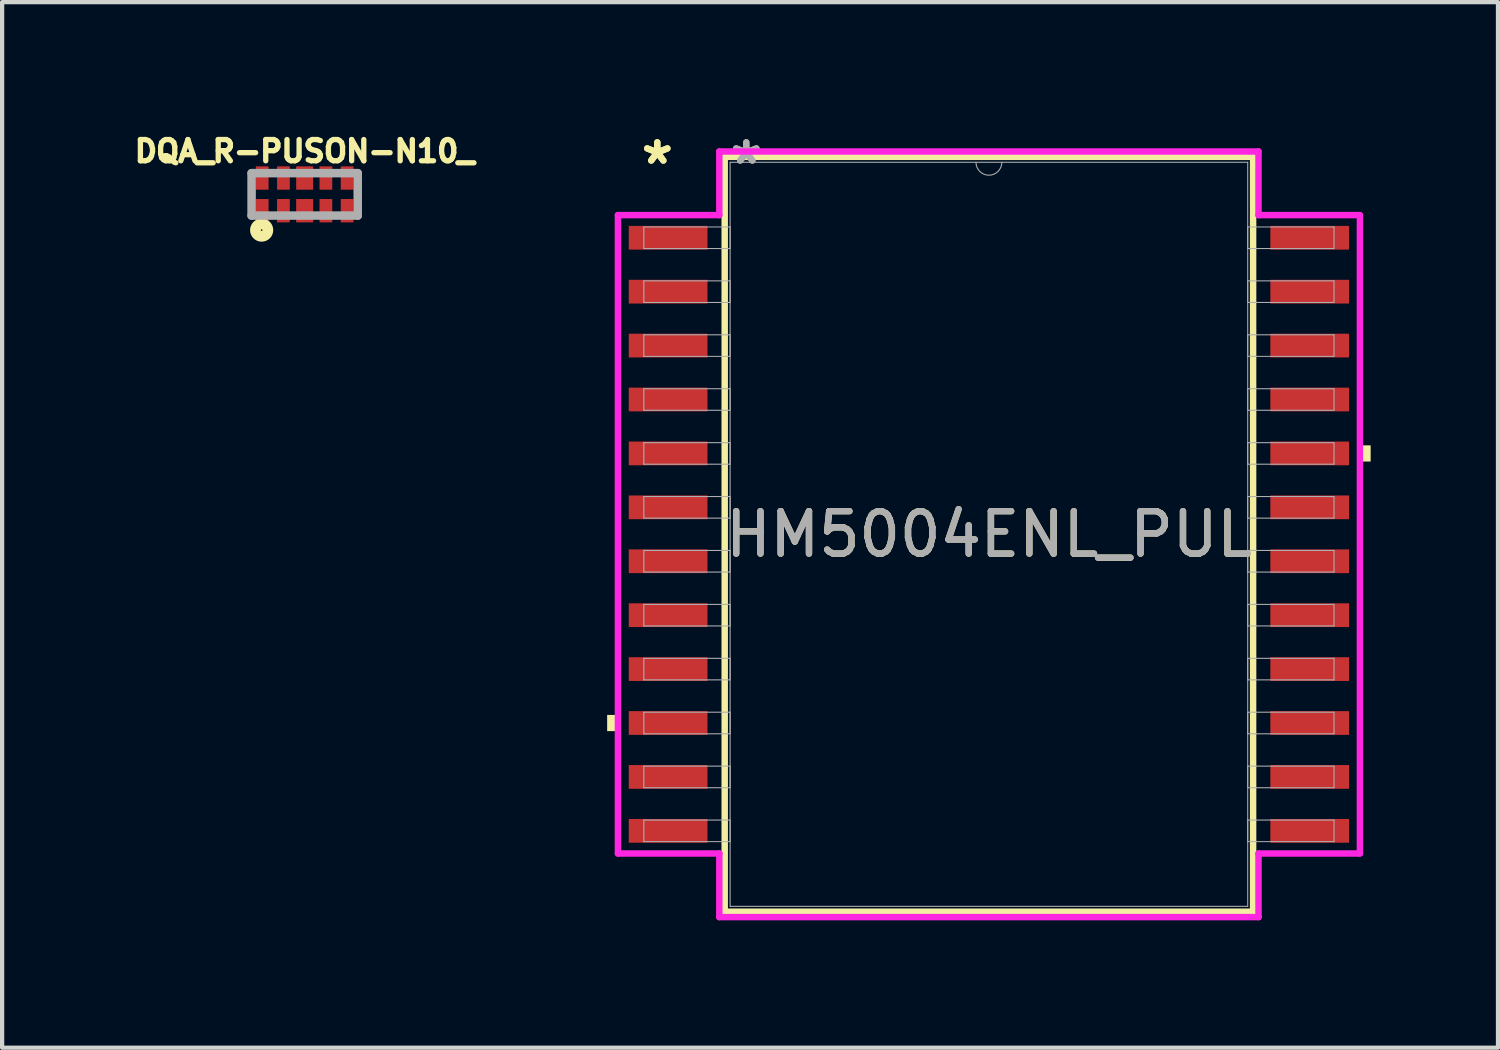
<source format=kicad_pcb>
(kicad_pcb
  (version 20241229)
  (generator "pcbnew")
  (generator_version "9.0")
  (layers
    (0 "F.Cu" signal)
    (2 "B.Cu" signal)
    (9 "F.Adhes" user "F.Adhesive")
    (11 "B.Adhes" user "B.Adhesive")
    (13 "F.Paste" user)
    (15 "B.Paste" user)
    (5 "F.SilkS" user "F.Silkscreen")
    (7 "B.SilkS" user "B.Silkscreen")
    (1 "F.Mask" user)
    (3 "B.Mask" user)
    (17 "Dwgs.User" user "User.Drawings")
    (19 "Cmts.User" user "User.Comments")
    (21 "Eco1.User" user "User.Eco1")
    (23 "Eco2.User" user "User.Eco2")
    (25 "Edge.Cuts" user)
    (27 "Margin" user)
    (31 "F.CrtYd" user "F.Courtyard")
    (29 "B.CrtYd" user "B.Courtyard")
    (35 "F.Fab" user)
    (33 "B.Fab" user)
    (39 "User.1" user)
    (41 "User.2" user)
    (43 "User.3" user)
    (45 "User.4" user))
  (footprint "DQA_R-PUSON-N10_"
    (layer "F.Cu")
    (at 4.126 1.528)
    (property "Reference" "DQA_R-PUSON-N10_" (at 0 -1.016 0) (layer "F.SilkS") (effects (font (size 0.5 0.5) (thickness 0.125))))
    (attr smd)
    (fp_circle (center -1.013 0.842) (end -1.013 0.861) (stroke (width 0.254) (type solid)) (fill no) (layer "F.SilkS"))
    (fp_line (start -1.25 -0.5) (end 1.25 -0.5) (stroke (width 0.2) (type solid)) (layer "F.Fab"))
    (fp_line (start -1.25 0.5) (end -1.25 -0.5) (stroke (width 0.2) (type solid)) (layer "F.Fab"))
    (fp_line (start 1.25 -0.5) (end 1.25 0.5) (stroke (width 0.2) (type solid)) (layer "F.Fab"))
    (fp_line (start 1.25 0.5) (end -1.25 0.5) (stroke (width 0.2) (type solid)) (layer "F.Fab"))
    (pad "1" smd rect (at -1 0.385) (size 0.3 0.55) (layers "F.Cu" "F.Mask" "F.Paste"))
    (pad "2" smd rect (at -0.5 0.385) (size 0.3 0.55) (layers "F.Cu" "F.Mask" "F.Paste"))
    (pad "3" smd rect (at 0 0.385) (size 0.4 0.55) (layers "F.Cu" "F.Mask" "F.Paste"))
    (pad "4" smd rect (at 0.5 0.385) (size 0.3 0.55) (layers "F.Cu" "F.Mask" "F.Paste"))
    (pad "5" smd rect (at 1 0.385) (size 0.3 0.55) (layers "F.Cu" "F.Mask" "F.Paste"))
    (pad "6" smd rect (at 1 -0.385) (size 0.3 0.55) (layers "F.Cu" "F.Mask" "F.Paste"))
    (pad "7" smd rect (at 0.5 -0.385) (size 0.3 0.55) (layers "F.Cu" "F.Mask" "F.Paste"))
    (pad "8" smd rect (at 0 -0.385) (size 0.4 0.55) (layers "F.Cu" "F.Mask" "F.Paste"))
    (pad "9" smd rect (at -0.5 -0.385) (size 0.3 0.55) (layers "F.Cu" "F.Mask" "F.Paste"))
    (pad "10" smd rect (at -1 -0.385) (size 0.3 0.55) (layers "F.Cu" "F.Mask" "F.Paste")))
  (footprint "HM5004ENL_PUL"
    (layer "F.Cu")
    (at 20.243 9.535)
    (property "Reference" "HM5004ENL_PUL" (at 0 0 0) (unlocked yes) (layer "F.SilkS") (effects (font (size 1 1) (thickness 0.15))))
    (attr smd)
    (fp_line (start -6.223 -8.89) (end -6.223 8.89) (stroke (width 0.152) (type solid)) (layer "F.SilkS"))
    (fp_line (start -6.223 8.89) (end 6.223 8.89) (stroke (width 0.152) (type solid)) (layer "F.SilkS"))
    (fp_line (start 6.223 -8.89) (end -6.223 -8.89) (stroke (width 0.152) (type solid)) (layer "F.SilkS"))
    (fp_line (start 6.223 8.89) (end 6.223 -8.89) (stroke (width 0.152) (type solid)) (layer "F.SilkS"))
    (fp_poly (pts (xy -8.992 4.255) (xy -8.992 4.636) (xy -8.738 4.636) (xy -8.738 4.255)) (stroke (width 0) (type solid)) (fill yes) (layer "F.SilkS"))
    (fp_poly (pts (xy 8.992 -2.095) (xy 8.992 -1.714) (xy 8.738 -1.714) (xy 8.738 -2.095)) (stroke (width 0) (type solid)) (fill yes) (layer "F.SilkS"))
    (fp_line (start -8.738 -7.518) (end -6.35 -7.518) (stroke (width 0.152) (type solid)) (layer "F.CrtYd"))
    (fp_line (start -8.738 7.518) (end -8.738 -7.518) (stroke (width 0.152) (type solid)) (layer "F.CrtYd"))
    (fp_line (start -8.738 7.518) (end -6.35 7.518) (stroke (width 0.152) (type solid)) (layer "F.CrtYd"))
    (fp_line (start -6.35 -9.017) (end 6.35 -9.017) (stroke (width 0.152) (type solid)) (layer "F.CrtYd"))
    (fp_line (start -6.35 -7.518) (end -6.35 -9.017) (stroke (width 0.152) (type solid)) (layer "F.CrtYd"))
    (fp_line (start -6.35 9.017) (end -6.35 7.518) (stroke (width 0.152) (type solid)) (layer "F.CrtYd"))
    (fp_line (start 6.35 -9.017) (end 6.35 -7.518) (stroke (width 0.152) (type solid)) (layer "F.CrtYd"))
    (fp_line (start 6.35 7.518) (end 6.35 9.017) (stroke (width 0.152) (type solid)) (layer "F.CrtYd"))
    (fp_line (start 6.35 9.017) (end -6.35 9.017) (stroke (width 0.152) (type solid)) (layer "F.CrtYd"))
    (fp_line (start 8.738 -7.518) (end 6.35 -7.518) (stroke (width 0.152) (type solid)) (layer "F.CrtYd"))
    (fp_line (start 8.738 -7.518) (end 8.738 7.518) (stroke (width 0.152) (type solid)) (layer "F.CrtYd"))
    (fp_line (start 8.738 7.518) (end 6.35 7.518) (stroke (width 0.152) (type solid)) (layer "F.CrtYd"))
    (fp_line (start -8.128 -7.239) (end -8.128 -6.731) (stroke (width 0.025) (type solid)) (layer "F.Fab"))
    (fp_line (start -8.128 -6.731) (end -6.096 -6.731) (stroke (width 0.025) (type solid)) (layer "F.Fab"))
    (fp_line (start -8.128 -5.969) (end -8.128 -5.461) (stroke (width 0.025) (type solid)) (layer "F.Fab"))
    (fp_line (start -8.128 -5.461) (end -6.096 -5.461) (stroke (width 0.025) (type solid)) (layer "F.Fab"))
    (fp_line (start -8.128 -4.699) (end -8.128 -4.191) (stroke (width 0.025) (type solid)) (layer "F.Fab"))
    (fp_line (start -8.128 -4.191) (end -6.096 -4.191) (stroke (width 0.025) (type solid)) (layer "F.Fab"))
    (fp_line (start -8.128 -3.429) (end -8.128 -2.921) (stroke (width 0.025) (type solid)) (layer "F.Fab"))
    (fp_line (start -8.128 -2.921) (end -6.096 -2.921) (stroke (width 0.025) (type solid)) (layer "F.Fab"))
    (fp_line (start -8.128 -2.159) (end -8.128 -1.651) (stroke (width 0.025) (type solid)) (layer "F.Fab"))
    (fp_line (start -8.128 -1.651) (end -6.096 -1.651) (stroke (width 0.025) (type solid)) (layer "F.Fab"))
    (fp_line (start -8.128 -0.889) (end -8.128 -0.381) (stroke (width 0.025) (type solid)) (layer "F.Fab"))
    (fp_line (start -8.128 -0.381) (end -6.096 -0.381) (stroke (width 0.025) (type solid)) (layer "F.Fab"))
    (fp_line (start -8.128 0.381) (end -8.128 0.889) (stroke (width 0.025) (type solid)) (layer "F.Fab"))
    (fp_line (start -8.128 0.889) (end -6.096 0.889) (stroke (width 0.025) (type solid)) (layer "F.Fab"))
    (fp_line (start -8.128 1.651) (end -8.128 2.159) (stroke (width 0.025) (type solid)) (layer "F.Fab"))
    (fp_line (start -8.128 2.159) (end -6.096 2.159) (stroke (width 0.025) (type solid)) (layer "F.Fab"))
    (fp_line (start -8.128 2.921) (end -8.128 3.429) (stroke (width 0.025) (type solid)) (layer "F.Fab"))
    (fp_line (start -8.128 3.429) (end -6.096 3.429) (stroke (width 0.025) (type solid)) (layer "F.Fab"))
    (fp_line (start -8.128 4.191) (end -8.128 4.699) (stroke (width 0.025) (type solid)) (layer "F.Fab"))
    (fp_line (start -8.128 4.699) (end -6.096 4.699) (stroke (width 0.025) (type solid)) (layer "F.Fab"))
    (fp_line (start -8.128 5.461) (end -8.128 5.969) (stroke (width 0.025) (type solid)) (layer "F.Fab"))
    (fp_line (start -8.128 5.969) (end -6.096 5.969) (stroke (width 0.025) (type solid)) (layer "F.Fab"))
    (fp_line (start -8.128 6.731) (end -8.128 7.239) (stroke (width 0.025) (type solid)) (layer "F.Fab"))
    (fp_line (start -8.128 7.239) (end -6.096 7.239) (stroke (width 0.025) (type solid)) (layer "F.Fab"))
    (fp_line (start -6.096 -8.763) (end -6.096 8.763) (stroke (width 0.025) (type solid)) (layer "F.Fab"))
    (fp_line (start -6.096 -7.239) (end -8.128 -7.239) (stroke (width 0.025) (type solid)) (layer "F.Fab"))
    (fp_line (start -6.096 -6.731) (end -6.096 -7.239) (stroke (width 0.025) (type solid)) (layer "F.Fab"))
    (fp_line (start -6.096 -5.969) (end -8.128 -5.969) (stroke (width 0.025) (type solid)) (layer "F.Fab"))
    (fp_line (start -6.096 -5.461) (end -6.096 -5.969) (stroke (width 0.025) (type solid)) (layer "F.Fab"))
    (fp_line (start -6.096 -4.699) (end -8.128 -4.699) (stroke (width 0.025) (type solid)) (layer "F.Fab"))
    (fp_line (start -6.096 -4.191) (end -6.096 -4.699) (stroke (width 0.025) (type solid)) (layer "F.Fab"))
    (fp_line (start -6.096 -3.429) (end -8.128 -3.429) (stroke (width 0.025) (type solid)) (layer "F.Fab"))
    (fp_line (start -6.096 -2.921) (end -6.096 -3.429) (stroke (width 0.025) (type solid)) (layer "F.Fab"))
    (fp_line (start -6.096 -2.159) (end -8.128 -2.159) (stroke (width 0.025) (type solid)) (layer "F.Fab"))
    (fp_line (start -6.096 -1.651) (end -6.096 -2.159) (stroke (width 0.025) (type solid)) (layer "F.Fab"))
    (fp_line (start -6.096 -0.889) (end -8.128 -0.889) (stroke (width 0.025) (type solid)) (layer "F.Fab"))
    (fp_line (start -6.096 -0.381) (end -6.096 -0.889) (stroke (width 0.025) (type solid)) (layer "F.Fab"))
    (fp_line (start -6.096 0.381) (end -8.128 0.381) (stroke (width 0.025) (type solid)) (layer "F.Fab"))
    (fp_line (start -6.096 0.889) (end -6.096 0.381) (stroke (width 0.025) (type solid)) (layer "F.Fab"))
    (fp_line (start -6.096 1.651) (end -8.128 1.651) (stroke (width 0.025) (type solid)) (layer "F.Fab"))
    (fp_line (start -6.096 2.159) (end -6.096 1.651) (stroke (width 0.025) (type solid)) (layer "F.Fab"))
    (fp_line (start -6.096 2.921) (end -8.128 2.921) (stroke (width 0.025) (type solid)) (layer "F.Fab"))
    (fp_line (start -6.096 3.429) (end -6.096 2.921) (stroke (width 0.025) (type solid)) (layer "F.Fab"))
    (fp_line (start -6.096 4.191) (end -8.128 4.191) (stroke (width 0.025) (type solid)) (layer "F.Fab"))
    (fp_line (start -6.096 4.699) (end -6.096 4.191) (stroke (width 0.025) (type solid)) (layer "F.Fab"))
    (fp_line (start -6.096 5.461) (end -8.128 5.461) (stroke (width 0.025) (type solid)) (layer "F.Fab"))
    (fp_line (start -6.096 5.969) (end -6.096 5.461) (stroke (width 0.025) (type solid)) (layer "F.Fab"))
    (fp_line (start -6.096 6.731) (end -8.128 6.731) (stroke (width 0.025) (type solid)) (layer "F.Fab"))
    (fp_line (start -6.096 7.239) (end -6.096 6.731) (stroke (width 0.025) (type solid)) (layer "F.Fab"))
    (fp_line (start -6.096 8.763) (end 6.096 8.763) (stroke (width 0.025) (type solid)) (layer "F.Fab"))
    (fp_line (start 6.096 -8.763) (end -6.096 -8.763) (stroke (width 0.025) (type solid)) (layer "F.Fab"))
    (fp_line (start 6.096 -7.239) (end 6.096 -6.731) (stroke (width 0.025) (type solid)) (layer "F.Fab"))
    (fp_line (start 6.096 -6.731) (end 8.128 -6.731) (stroke (width 0.025) (type solid)) (layer "F.Fab"))
    (fp_line (start 6.096 -5.969) (end 6.096 -5.461) (stroke (width 0.025) (type solid)) (layer "F.Fab"))
    (fp_line (start 6.096 -5.461) (end 8.128 -5.461) (stroke (width 0.025) (type solid)) (layer "F.Fab"))
    (fp_line (start 6.096 -4.699) (end 6.096 -4.191) (stroke (width 0.025) (type solid)) (layer "F.Fab"))
    (fp_line (start 6.096 -4.191) (end 8.128 -4.191) (stroke (width 0.025) (type solid)) (layer "F.Fab"))
    (fp_line (start 6.096 -3.429) (end 6.096 -2.921) (stroke (width 0.025) (type solid)) (layer "F.Fab"))
    (fp_line (start 6.096 -2.921) (end 8.128 -2.921) (stroke (width 0.025) (type solid)) (layer "F.Fab"))
    (fp_line (start 6.096 -2.159) (end 6.096 -1.651) (stroke (width 0.025) (type solid)) (layer "F.Fab"))
    (fp_line (start 6.096 -1.651) (end 8.128 -1.651) (stroke (width 0.025) (type solid)) (layer "F.Fab"))
    (fp_line (start 6.096 -0.889) (end 6.096 -0.381) (stroke (width 0.025) (type solid)) (layer "F.Fab"))
    (fp_line (start 6.096 -0.381) (end 8.128 -0.381) (stroke (width 0.025) (type solid)) (layer "F.Fab"))
    (fp_line (start 6.096 0.381) (end 6.096 0.889) (stroke (width 0.025) (type solid)) (layer "F.Fab"))
    (fp_line (start 6.096 0.889) (end 8.128 0.889) (stroke (width 0.025) (type solid)) (layer "F.Fab"))
    (fp_line (start 6.096 1.651) (end 6.096 2.159) (stroke (width 0.025) (type solid)) (layer "F.Fab"))
    (fp_line (start 6.096 2.159) (end 8.128 2.159) (stroke (width 0.025) (type solid)) (layer "F.Fab"))
    (fp_line (start 6.096 2.921) (end 6.096 3.429) (stroke (width 0.025) (type solid)) (layer "F.Fab"))
    (fp_line (start 6.096 3.429) (end 8.128 3.429) (stroke (width 0.025) (type solid)) (layer "F.Fab"))
    (fp_line (start 6.096 4.191) (end 6.096 4.699) (stroke (width 0.025) (type solid)) (layer "F.Fab"))
    (fp_line (start 6.096 4.699) (end 8.128 4.699) (stroke (width 0.025) (type solid)) (layer "F.Fab"))
    (fp_line (start 6.096 5.461) (end 6.096 5.969) (stroke (width 0.025) (type solid)) (layer "F.Fab"))
    (fp_line (start 6.096 5.969) (end 8.128 5.969) (stroke (width 0.025) (type solid)) (layer "F.Fab"))
    (fp_line (start 6.096 6.731) (end 6.096 7.239) (stroke (width 0.025) (type solid)) (layer "F.Fab"))
    (fp_line (start 6.096 7.239) (end 8.128 7.239) (stroke (width 0.025) (type solid)) (layer "F.Fab"))
    (fp_line (start 6.096 8.763) (end 6.096 -8.763) (stroke (width 0.025) (type solid)) (layer "F.Fab"))
    (fp_line (start 8.128 -7.239) (end 6.096 -7.239) (stroke (width 0.025) (type solid)) (layer "F.Fab"))
    (fp_line (start 8.128 -6.731) (end 8.128 -7.239) (stroke (width 0.025) (type solid)) (layer "F.Fab"))
    (fp_line (start 8.128 -5.969) (end 6.096 -5.969) (stroke (width 0.025) (type solid)) (layer "F.Fab"))
    (fp_line (start 8.128 -5.461) (end 8.128 -5.969) (stroke (width 0.025) (type solid)) (layer "F.Fab"))
    (fp_line (start 8.128 -4.699) (end 6.096 -4.699) (stroke (width 0.025) (type solid)) (layer "F.Fab"))
    (fp_line (start 8.128 -4.191) (end 8.128 -4.699) (stroke (width 0.025) (type solid)) (layer "F.Fab"))
    (fp_line (start 8.128 -3.429) (end 6.096 -3.429) (stroke (width 0.025) (type solid)) (layer "F.Fab"))
    (fp_line (start 8.128 -2.921) (end 8.128 -3.429) (stroke (width 0.025) (type solid)) (layer "F.Fab"))
    (fp_line (start 8.128 -2.159) (end 6.096 -2.159) (stroke (width 0.025) (type solid)) (layer "F.Fab"))
    (fp_line (start 8.128 -1.651) (end 8.128 -2.159) (stroke (width 0.025) (type solid)) (layer "F.Fab"))
    (fp_line (start 8.128 -0.889) (end 6.096 -0.889) (stroke (width 0.025) (type solid)) (layer "F.Fab"))
    (fp_line (start 8.128 -0.381) (end 8.128 -0.889) (stroke (width 0.025) (type solid)) (layer "F.Fab"))
    (fp_line (start 8.128 0.381) (end 6.096 0.381) (stroke (width 0.025) (type solid)) (layer "F.Fab"))
    (fp_line (start 8.128 0.889) (end 8.128 0.381) (stroke (width 0.025) (type solid)) (layer "F.Fab"))
    (fp_line (start 8.128 1.651) (end 6.096 1.651) (stroke (width 0.025) (type solid)) (layer "F.Fab"))
    (fp_line (start 8.128 2.159) (end 8.128 1.651) (stroke (width 0.025) (type solid)) (layer "F.Fab"))
    (fp_line (start 8.128 2.921) (end 6.096 2.921) (stroke (width 0.025) (type solid)) (layer "F.Fab"))
    (fp_line (start 8.128 3.429) (end 8.128 2.921) (stroke (width 0.025) (type solid)) (layer "F.Fab"))
    (fp_line (start 8.128 4.191) (end 6.096 4.191) (stroke (width 0.025) (type solid)) (layer "F.Fab"))
    (fp_line (start 8.128 4.699) (end 8.128 4.191) (stroke (width 0.025) (type solid)) (layer "F.Fab"))
    (fp_line (start 8.128 5.461) (end 6.096 5.461) (stroke (width 0.025) (type solid)) (layer "F.Fab"))
    (fp_line (start 8.128 5.969) (end 8.128 5.461) (stroke (width 0.025) (type solid)) (layer "F.Fab"))
    (fp_line (start 8.128 6.731) (end 6.096 6.731) (stroke (width 0.025) (type solid)) (layer "F.Fab"))
    (fp_line (start 8.128 7.239) (end 8.128 6.731) (stroke (width 0.025) (type solid)) (layer "F.Fab"))
    (fp_arc (start 0.3048 -8.763) (mid 0 -8.4582) (end -0.3048 -8.763) (stroke (width 0.0254) (type solid)) (layer "F.Fab"))
    (fp_text user "*" (at -7.811 -8.687 0) (layer "F.SilkS") (effects (font (size 1 1) (thickness 0.15))))
    (fp_text user "*" (at -7.811 -8.687 0) (unlocked yes) (layer "F.SilkS") (effects (font (size 1 1) (thickness 0.15))))
    (fp_text user "*" (at -5.715 -8.687 0) (layer "F.Fab") (effects (font (size 1 1) (thickness 0.15))))
    (fp_text user "*" (at -5.715 -8.687 0) (unlocked yes) (layer "F.Fab") (effects (font (size 1 1) (thickness 0.15))))
    (fp_text user "${REFERENCE}" (at 0 0 0) (unlocked yes) (layer "F.Fab") (effects (font (size 1 1) (thickness 0.15))))
    (pad "1" smd rect (at -7.556 -6.985) (size 1.854 0.559) (layers "F.Cu" "F.Mask" "F.Paste"))
    (pad "2" smd rect (at -7.556 -5.715) (size 1.854 0.559) (layers "F.Cu" "F.Mask" "F.Paste"))
    (pad "3" smd rect (at -7.556 -4.445) (size 1.854 0.559) (layers "F.Cu" "F.Mask" "F.Paste"))
    (pad "4" smd rect (at -7.556 -3.175) (size 1.854 0.559) (layers "F.Cu" "F.Mask" "F.Paste"))
    (pad "5" smd rect (at -7.556 -1.905) (size 1.854 0.559) (layers "F.Cu" "F.Mask" "F.Paste"))
    (pad "6" smd rect (at -7.556 -0.635) (size 1.854 0.559) (layers "F.Cu" "F.Mask" "F.Paste"))
    (pad "7" smd rect (at -7.556 0.635) (size 1.854 0.559) (layers "F.Cu" "F.Mask" "F.Paste"))
    (pad "8" smd rect (at -7.556 1.905) (size 1.854 0.559) (layers "F.Cu" "F.Mask" "F.Paste"))
    (pad "9" smd rect (at -7.556 3.175) (size 1.854 0.559) (layers "F.Cu" "F.Mask" "F.Paste"))
    (pad "10" smd rect (at -7.556 4.445) (size 1.854 0.559) (layers "F.Cu" "F.Mask" "F.Paste"))
    (pad "11" smd rect (at -7.556 5.715) (size 1.854 0.559) (layers "F.Cu" "F.Mask" "F.Paste"))
    (pad "12" smd rect (at -7.556 6.985) (size 1.854 0.559) (layers "F.Cu" "F.Mask" "F.Paste"))
    (pad "13" smd rect (at 7.556 6.985) (size 1.854 0.559) (layers "F.Cu" "F.Mask" "F.Paste"))
    (pad "14" smd rect (at 7.556 5.715) (size 1.854 0.559) (layers "F.Cu" "F.Mask" "F.Paste"))
    (pad "15" smd rect (at 7.556 4.445) (size 1.854 0.559) (layers "F.Cu" "F.Mask" "F.Paste"))
    (pad "16" smd rect (at 7.556 3.175) (size 1.854 0.559) (layers "F.Cu" "F.Mask" "F.Paste"))
    (pad "17" smd rect (at 7.556 1.905) (size 1.854 0.559) (layers "F.Cu" "F.Mask" "F.Paste"))
    (pad "18" smd rect (at 7.556 0.635) (size 1.854 0.559) (layers "F.Cu" "F.Mask" "F.Paste"))
    (pad "19" smd rect (at 7.556 -0.635) (size 1.854 0.559) (layers "F.Cu" "F.Mask" "F.Paste"))
    (pad "20" smd rect (at 7.556 -1.905) (size 1.854 0.559) (layers "F.Cu" "F.Mask" "F.Paste"))
    (pad "21" smd rect (at 7.556 -3.175) (size 1.854 0.559) (layers "F.Cu" "F.Mask" "F.Paste"))
    (pad "22" smd rect (at 7.556 -4.445) (size 1.854 0.559) (layers "F.Cu" "F.Mask" "F.Paste"))
    (pad "23" smd rect (at 7.556 -5.715) (size 1.854 0.559) (layers "F.Cu" "F.Mask" "F.Paste"))
    (pad "24" smd rect (at 7.556 -6.985) (size 1.854 0.559) (layers "F.Cu" "F.Mask" "F.Paste")))
  (gr_rect
    (start -3 -3)
    (end 32.234 21.628)
    (stroke (width 0.1) (type default))
    (fill no)
    (layer "Edge.Cuts")))
</source>
